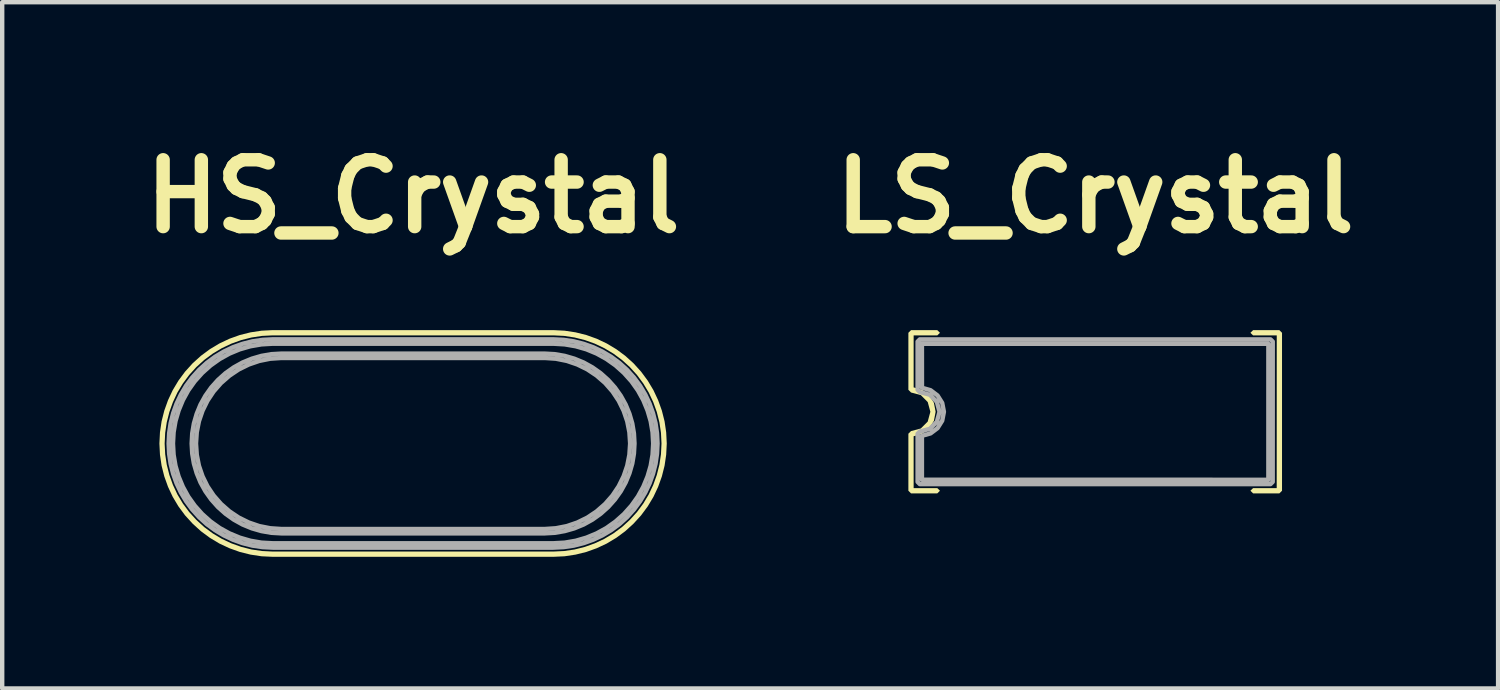
<source format=kicad_pcb>
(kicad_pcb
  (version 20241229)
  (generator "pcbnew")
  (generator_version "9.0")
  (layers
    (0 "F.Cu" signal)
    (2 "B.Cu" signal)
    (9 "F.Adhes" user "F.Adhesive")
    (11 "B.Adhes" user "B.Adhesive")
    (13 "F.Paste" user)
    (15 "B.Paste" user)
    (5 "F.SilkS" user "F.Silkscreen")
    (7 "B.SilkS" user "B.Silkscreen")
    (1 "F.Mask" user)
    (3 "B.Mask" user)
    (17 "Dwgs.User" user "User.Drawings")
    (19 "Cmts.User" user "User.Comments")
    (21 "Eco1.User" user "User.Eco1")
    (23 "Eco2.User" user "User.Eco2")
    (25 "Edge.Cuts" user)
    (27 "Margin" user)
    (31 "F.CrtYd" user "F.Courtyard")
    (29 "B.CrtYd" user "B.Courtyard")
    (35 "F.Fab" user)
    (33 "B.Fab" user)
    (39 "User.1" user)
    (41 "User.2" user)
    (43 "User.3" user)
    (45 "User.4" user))
  (footprint "HS_Crystal"
    (layer "F.Cu")
    (at 6.365 7.058)
    (property "Reference" "HS_Crystal" (at 0 -5.632 0) (layer "F.SilkS") (effects (font (size 1.524 1.524) (thickness 0.305))))
    (attr smd)
    (fp_poly (pts (xy -3.199 -2.584) (xy -3.915 -2.357) (xy -3.681 -2.416) (xy -3.442 -2.452) (xy -3.199 -2.464) (xy 3.198 -2.464) (xy 3.442 -2.452) (xy 3.681 -2.416) (xy 3.915 -2.357) (xy 4.141 -2.276) (xy 4.358 -2.173) (xy 4.565 -2.049) (xy 4.76 -1.905) (xy 4.94 -1.742) (xy 5.104 -1.561) (xy 5.248 -1.366) (xy 5.372 -1.16) (xy 5.474 -0.942) (xy 5.555 -0.716) (xy 5.614 -0.483) (xy 5.65 -0.243) (xy 5.662 0.000355) (xy 5.65 0.244) (xy 5.614 0.483) (xy 5.555 0.717) (xy 5.474 0.943) (xy 5.372 1.16) (xy 5.248 1.367) (xy 5.104 1.562) (xy 4.94 1.742) (xy 4.76 1.906) (xy 4.565 2.05) (xy 4.358 2.174) (xy 4.141 2.276) (xy 3.915 2.357) (xy 3.681 2.416) (xy 3.442 2.451) (xy 3.198 2.463) (xy -3.199 2.463) (xy -3.442 2.451) (xy -3.681 2.416) (xy -3.915 2.357) (xy -4.141 2.276) (xy -4.358 2.174) (xy -4.565 2.05) (xy -4.76 1.906) (xy -4.94 1.742) (xy -5.104 1.562) (xy -5.248 1.367) (xy -5.372 1.16) (xy -5.474 0.943) (xy -5.555 0.717) (xy -5.614 0.483) (xy -5.65 0.244) (xy -5.662 0.000355) (xy -5.65 -0.243) (xy -5.614 -0.483) (xy -5.555 -0.716) (xy -5.474 -0.942) (xy -5.372 -1.16) (xy -5.248 -1.366) (xy -5.104 -1.561) (xy -4.94 -1.742) (xy -4.76 -1.905) (xy -4.565 -2.049) (xy -4.358 -2.173) (xy -4.141 -2.276) (xy -3.915 -2.357) (xy -3.199 -2.584) (xy -3.454 -2.571) (xy -3.705 -2.533) (xy -3.95 -2.472) (xy -4.187 -2.387) (xy -4.415 -2.279) (xy -4.632 -2.149) (xy -4.836 -1.998) (xy -5.025 -1.827) (xy -5.197 -1.637) (xy -5.348 -1.433) (xy -5.478 -1.216) (xy -5.585 -0.988) (xy -5.67 -0.751) (xy -5.732 -0.506) (xy -5.769 -0.255) (xy -5.782 0.000355) (xy -5.769 0.256) (xy -5.732 0.507) (xy -5.67 0.752) (xy -5.585 0.989) (xy -5.478 1.217) (xy -5.348 1.434) (xy -5.197 1.638) (xy -5.025 1.827) (xy -4.836 1.999) (xy -4.632 2.15) (xy -4.415 2.28) (xy -4.187 2.387) (xy -3.95 2.472) (xy -3.705 2.533) (xy -3.454 2.571) (xy -3.199 2.583) (xy 3.198 2.583) (xy 3.453 2.571) (xy 3.705 2.533) (xy 3.95 2.472) (xy 4.187 2.387) (xy 4.415 2.28) (xy 4.632 2.15) (xy 4.836 1.999) (xy 5.025 1.827) (xy 5.197 1.638) (xy 5.348 1.434) (xy 5.478 1.217) (xy 5.585 0.989) (xy 5.67 0.752) (xy 5.732 0.507) (xy 5.769 0.256) (xy 5.782 0.000355) (xy 5.769 -0.255) (xy 5.732 -0.506) (xy 5.67 -0.751) (xy 5.585 -0.988) (xy 5.478 -1.216) (xy 5.348 -1.433) (xy 5.197 -1.637) (xy 5.025 -1.827) (xy 4.836 -1.998) (xy 4.632 -2.149) (xy 4.415 -2.279) (xy 4.187 -2.387) (xy 3.95 -2.472) (xy 3.705 -2.533) (xy 3.453 -2.571) (xy 3.198 -2.584) (xy -3.199 -2.584)) (stroke (width 0) (type solid)) (fill yes) (layer "F.SilkS"))
    (fp_poly (pts (xy 4.377 -1.378) (xy 4.845 -0.888) (xy 4.734 -1.088) (xy 4.601 -1.276) (xy 4.447 -1.448) (xy 4.274 -1.603) (xy 4.087 -1.735) (xy 3.887 -1.846) (xy 3.676 -1.933) (xy 3.456 -1.997) (xy 3.229 -2.036) (xy 2.998 -2.049) (xy -2.999 -2.049) (xy -3.23 -2.036) (xy -3.456 -1.997) (xy -3.676 -1.933) (xy -3.887 -1.846) (xy -4.087 -1.735) (xy -4.274 -1.603) (xy -4.447 -1.448) (xy -4.601 -1.276) (xy -4.734 -1.088) (xy -4.845 -0.888) (xy -4.932 -0.677) (xy -4.996 -0.457) (xy -5.034 -0.231) (xy -5.047 0.000359) (xy -5.034 0.232) (xy -4.996 0.458) (xy -4.932 0.678) (xy -4.845 0.889) (xy -4.734 1.089) (xy -4.601 1.276) (xy -4.447 1.449) (xy -4.274 1.603) (xy -4.087 1.736) (xy -3.887 1.847) (xy -3.676 1.934) (xy -3.456 1.997) (xy -3.23 2.036) (xy -2.999 2.049) (xy 2.998 2.049) (xy 3.229 2.036) (xy 3.456 1.997) (xy 3.676 1.934) (xy 3.887 1.847) (xy 4.087 1.736) (xy 4.274 1.603) (xy 4.447 1.449) (xy 4.601 1.276) (xy 4.734 1.089) (xy 4.845 0.889) (xy 4.932 0.678) (xy 4.996 0.458) (xy 5.034 0.232) (xy 5.047 0.000359) (xy 5.034 -0.231) (xy 4.996 -0.457) (xy 4.932 -0.677) (xy 4.845 -0.888) (xy 4.377 -1.378) (xy 4.546 -1.185) (xy 4.687 -0.973) (xy 4.799 -0.745) (xy 4.881 -0.505) (xy 4.93 -0.256) (xy 4.947 0.000359) (xy 4.93 0.257) (xy 4.881 0.506) (xy 4.799 0.746) (xy 4.687 0.974) (xy 4.546 1.185) (xy 4.377 1.378) (xy 4.183 1.548) (xy 3.972 1.689) (xy 3.744 1.801) (xy 3.504 1.883) (xy 3.254 1.932) (xy 2.998 1.949) (xy -2.999 1.949) (xy -3.255 1.932) (xy -3.504 1.883) (xy -3.744 1.801) (xy -3.972 1.689) (xy -4.183 1.548) (xy -4.377 1.378) (xy -4.546 1.185) (xy -4.687 0.974) (xy -4.799 0.746) (xy -4.881 0.506) (xy -4.93 0.257) (xy -4.947 0.000359) (xy -4.93 -0.256) (xy -4.881 -0.505) (xy -4.799 -0.745) (xy -4.687 -0.973) (xy -4.546 -1.185) (xy -4.377 -1.378) (xy -4.183 -1.547) (xy -3.972 -1.688) (xy -3.744 -1.8) (xy -3.504 -1.882) (xy -3.255 -1.932) (xy -2.999 -1.949) (xy 2.998 -1.949) (xy 3.254 -1.932) (xy 3.504 -1.882) (xy 3.744 -1.8) (xy 3.972 -1.688) (xy 4.183 -1.547) (xy 4.377 -1.378)) (stroke (width 0.1) (type solid)) (fill no) (layer "F.Fab"))
    (fp_poly (pts (xy 4.806 -1.607) (xy 5.292 -1.117) (xy 5.173 -1.317) (xy 5.034 -1.504) (xy 4.877 -1.678) (xy 4.703 -1.836) (xy 4.515 -1.975) (xy 4.316 -2.094) (xy 4.107 -2.193) (xy 3.889 -2.271) (xy 3.663 -2.328) (xy 3.433 -2.362) (xy 3.198 -2.374) (xy -3.199 -2.374) (xy -3.433 -2.362) (xy -3.664 -2.328) (xy -3.889 -2.271) (xy -4.107 -2.193) (xy -4.316 -2.094) (xy -4.515 -1.975) (xy -4.703 -1.836) (xy -4.877 -1.678) (xy -5.034 -1.504) (xy -5.173 -1.317) (xy -5.292 -1.117) (xy -5.391 -0.908) (xy -5.469 -0.69) (xy -5.526 -0.465) (xy -5.56 -0.234) (xy -5.572 0.000355) (xy -5.56 0.235) (xy -5.526 0.466) (xy -5.469 0.691) (xy -5.391 0.909) (xy -5.292 1.118) (xy -5.173 1.317) (xy -5.034 1.505) (xy -4.877 1.679) (xy -4.703 1.837) (xy -4.515 1.975) (xy -4.316 2.094) (xy -4.107 2.193) (xy -3.889 2.271) (xy -3.664 2.328) (xy -3.433 2.362) (xy -3.199 2.374) (xy 3.198 2.374) (xy 3.433 2.362) (xy 3.663 2.328) (xy 3.889 2.271) (xy 4.107 2.193) (xy 4.316 2.094) (xy 4.515 1.975) (xy 4.703 1.837) (xy 4.877 1.679) (xy 5.034 1.505) (xy 5.173 1.317) (xy 5.292 1.118) (xy 5.391 0.909) (xy 5.469 0.691) (xy 5.526 0.466) (xy 5.56 0.235) (xy 5.572 0.000348) (xy 5.56 -0.234) (xy 5.526 -0.465) (xy 5.469 -0.69) (xy 5.391 -0.908) (xy 5.292 -1.117) (xy 4.806 -1.607) (xy 4.977 -1.416) (xy 5.125 -1.208) (xy 5.247 -0.986) (xy 5.344 -0.751) (xy 5.415 -0.508) (xy 5.458 -0.256) (xy 5.472 0.000355) (xy 5.458 0.257) (xy 5.415 0.508) (xy 5.344 0.752) (xy 5.247 0.986) (xy 5.125 1.208) (xy 4.977 1.416) (xy 4.806 1.608) (xy 4.614 1.779) (xy 4.406 1.927) (xy 4.184 2.049) (xy 3.95 2.146) (xy 3.706 2.217) (xy 3.455 2.26) (xy 3.198 2.274) (xy -3.199 2.274) (xy -3.455 2.26) (xy -3.706 2.217) (xy -3.95 2.146) (xy -4.184 2.049) (xy -4.406 1.927) (xy -4.614 1.779) (xy -4.806 1.608) (xy -4.977 1.416) (xy -5.125 1.208) (xy -5.247 0.986) (xy -5.344 0.752) (xy -5.415 0.508) (xy -5.458 0.257) (xy -5.472 0.000355) (xy -5.458 -0.256) (xy -5.415 -0.508) (xy -5.344 -0.751) (xy -5.247 -0.986) (xy -5.125 -1.208) (xy -4.977 -1.416) (xy -4.806 -1.607) (xy -4.614 -1.779) (xy -4.406 -1.926) (xy -4.184 -2.049) (xy -3.95 -2.146) (xy -3.706 -2.216) (xy -3.455 -2.259) (xy -3.199 -2.274) (xy 3.198 -2.274) (xy 3.455 -2.259) (xy 3.706 -2.216) (xy 3.95 -2.146) (xy 4.184 -2.049) (xy 4.406 -1.926) (xy 4.614 -1.779) (xy 4.806 -1.607)) (stroke (width 0.1) (type solid)) (fill no) (layer "F.Fab")))
  (footprint "LS_Crystal"
    (layer "F.Cu")
    (at 21.912 6.335)
    (property "Reference" "LS_Crystal" (at 0 -4.909 0) (layer "F.SilkS") (effects (font (size 1.524 1.524) (thickness 0.305))))
    (attr smd)
    (fp_poly (pts (xy -1.9 -1.86) (xy 1.898 -1.86) (xy -1.9 -1.86)) (stroke (width 0) (type solid)) (fill yes) (layer "F.SilkS"))
    (fp_poly (pts (xy -1.9 1.74) (xy 1.898 1.74) (xy -1.9 1.74)) (stroke (width 0) (type solid)) (fill yes) (layer "F.SilkS"))
    (fp_poly (pts (xy 4.258 1.8) (xy 4.258 -1.8) (xy 4.198 -1.86) (xy 3.599 -1.86) (xy 3.538 -1.8) (xy 3.599 -1.74) (xy 4.138 -1.74) (xy 4.137 1.74) (xy 3.599 1.74) (xy 3.538 1.8) (xy 3.599 1.86) (xy 4.198 1.86) (xy 4.258 1.8)) (stroke (width 0) (type solid)) (fill yes) (layer "F.SilkS"))
    (fp_poly (pts (xy -4.198 1.86) (xy -3.599 1.86) (xy -3.538 1.8) (xy -3.599 1.74) (xy -4.138 1.74) (xy -4.138 0.558) (xy -3.941 0.499) (xy -3.782 0.377) (xy -3.676 0.206) (xy -3.637 0.001) (xy -3.676 -0.203) (xy -3.782 -0.374) (xy -3.941 -0.497) (xy -4.138 -0.556) (xy -4.138 -1.741) (xy -3.599 -1.74) (xy -3.538 -1.8) (xy -3.599 -1.86) (xy -4.198 -1.86) (xy -4.258 -1.8) (xy -4.258 -0.5) (xy -4.197 -0.439) (xy -3.974 -0.379) (xy -3.817 -0.221) (xy -3.757 0.001) (xy -3.817 0.223) (xy -3.975 0.381) (xy -4.198 0.44) (xy -4.258 0.5) (xy -4.258 1.8) (xy -4.198 1.86)) (stroke (width 0) (type solid)) (fill yes) (layer "F.SilkS"))
    (fp_poly (pts (xy -4.048 -1.6) (xy 3.947 -1.549) (xy 3.947 1.55) (xy -3.949 1.549) (xy -3.949 0.548) (xy -3.752 0.493) (xy -3.593 0.373) (xy -3.487 0.204) (xy -3.448 0.001) (xy -3.487 -0.202) (xy -3.593 -0.371) (xy -3.752 -0.491) (xy -3.948 -0.547) (xy -3.949 -1.549) (xy 3.947 -1.549) (xy -4.048 -1.6) (xy -4.048 -0.5) (xy -3.998 -0.449) (xy -3.77 -0.388) (xy -3.609 -0.226) (xy -3.548 0.001) (xy -3.609 0.228) (xy -3.77 0.389) (xy -3.998 0.45) (xy -4.048 0.5) (xy -4.048 1.599) (xy -3.998 1.649) (xy 3.996 1.649) (xy 4.046 1.599) (xy 4.047 -1.6) (xy 3.996 -1.65) (xy -3.998 -1.65) (xy -4.048 -1.6)) (stroke (width 0.1) (type solid)) (fill no) (layer "F.Fab")))
  (gr_rect
    (start -3 -3)
    (end 31.095 12.641)
    (stroke (width 0.1) (type default))
    (fill no)
    (layer "Edge.Cuts")))
</source>
